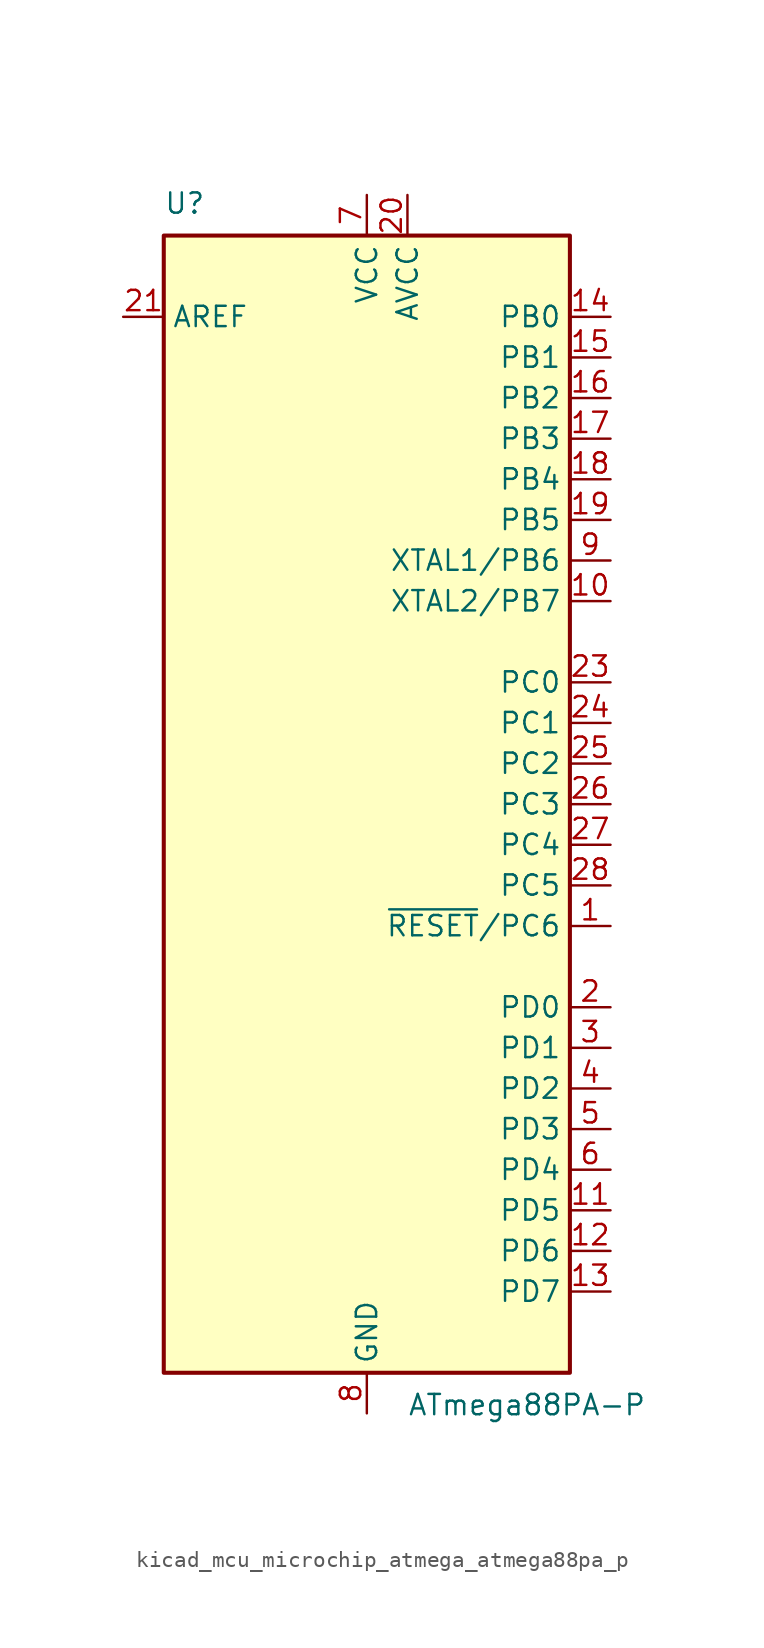
<source format=kicad_sym>
(kicad_symbol_lib
  (version 20220914)
  (generator kicad_symbol_editor)
  (symbol "kicad_mcu_microchip_atmega_atmega88pa_p"
    (property "Reference" "U"
      (at -12.7 36.83 0)
      (effects (font (size 1.27 1.27)) (justify left bottom)))
    (property "Value" "ATmega88PA-P"
      (at 2.54 -36.83 0)
      (effects (font (size 1.27 1.27)) (justify left top)))
    (symbol "kicad_mcu_microchip_atmega_atmega88pa_p_0_1"
      (rectangle (start -12.7 -35.56) (end 12.7 35.56) (stroke (width 0.254) (type default)) (fill (type background))))
    (symbol "kicad_mcu_microchip_atmega_atmega88pa_p_1_1"
      (pin bidirectional line (at 15.24 -7.62 180) (length 2.54) (name "~{RESET}/PC6" (effects (font (size 1.27 1.27)))) (number "1" (effects (font (size 1.27 1.27)))))
      (pin bidirectional line (at 15.24 12.7 180) (length 2.54) (name "XTAL2/PB7" (effects (font (size 1.27 1.27)))) (number "10" (effects (font (size 1.27 1.27)))))
      (pin bidirectional line (at 15.24 -25.4 180) (length 2.54) (name "PD5" (effects (font (size 1.27 1.27)))) (number "11" (effects (font (size 1.27 1.27)))))
      (pin bidirectional line (at 15.24 -27.94 180) (length 2.54) (name "PD6" (effects (font (size 1.27 1.27)))) (number "12" (effects (font (size 1.27 1.27)))))
      (pin bidirectional line (at 15.24 -30.48 180) (length 2.54) (name "PD7" (effects (font (size 1.27 1.27)))) (number "13" (effects (font (size 1.27 1.27)))))
      (pin bidirectional line (at 15.24 30.48 180) (length 2.54) (name "PB0" (effects (font (size 1.27 1.27)))) (number "14" (effects (font (size 1.27 1.27)))))
      (pin bidirectional line (at 15.24 27.94 180) (length 2.54) (name "PB1" (effects (font (size 1.27 1.27)))) (number "15" (effects (font (size 1.27 1.27)))))
      (pin bidirectional line (at 15.24 25.4 180) (length 2.54) (name "PB2" (effects (font (size 1.27 1.27)))) (number "16" (effects (font (size 1.27 1.27)))))
      (pin bidirectional line (at 15.24 22.86 180) (length 2.54) (name "PB3" (effects (font (size 1.27 1.27)))) (number "17" (effects (font (size 1.27 1.27)))))
      (pin bidirectional line (at 15.24 20.32 180) (length 2.54) (name "PB4" (effects (font (size 1.27 1.27)))) (number "18" (effects (font (size 1.27 1.27)))))
      (pin bidirectional line (at 15.24 17.78 180) (length 2.54) (name "PB5" (effects (font (size 1.27 1.27)))) (number "19" (effects (font (size 1.27 1.27)))))
      (pin bidirectional line (at 15.24 -12.7 180) (length 2.54) (name "PD0" (effects (font (size 1.27 1.27)))) (number "2" (effects (font (size 1.27 1.27)))))
      (pin power_in line (at 2.54 38.1 270) (length 2.54) (name "AVCC" (effects (font (size 1.27 1.27)))) (number "20" (effects (font (size 1.27 1.27)))))
      (pin passive line (at -15.24 30.48 0) (length 2.54) (name "AREF" (effects (font (size 1.27 1.27)))) (number "21" (effects (font (size 1.27 1.27)))))
      (pin passive line (at 0 -38.1 90) (length 2.54) hide (name "GND" (effects (font (size 1.27 1.27)))) (number "22" (effects (font (size 1.27 1.27)))))
      (pin bidirectional line (at 15.24 7.62 180) (length 2.54) (name "PC0" (effects (font (size 1.27 1.27)))) (number "23" (effects (font (size 1.27 1.27)))))
      (pin bidirectional line (at 15.24 5.08 180) (length 2.54) (name "PC1" (effects (font (size 1.27 1.27)))) (number "24" (effects (font (size 1.27 1.27)))))
      (pin bidirectional line (at 15.24 2.54 180) (length 2.54) (name "PC2" (effects (font (size 1.27 1.27)))) (number "25" (effects (font (size 1.27 1.27)))))
      (pin bidirectional line (at 15.24 0 180) (length 2.54) (name "PC3" (effects (font (size 1.27 1.27)))) (number "26" (effects (font (size 1.27 1.27)))))
      (pin bidirectional line (at 15.24 -2.54 180) (length 2.54) (name "PC4" (effects (font (size 1.27 1.27)))) (number "27" (effects (font (size 1.27 1.27)))))
      (pin bidirectional line (at 15.24 -5.08 180) (length 2.54) (name "PC5" (effects (font (size 1.27 1.27)))) (number "28" (effects (font (size 1.27 1.27)))))
      (pin bidirectional line (at 15.24 -15.24 180) (length 2.54) (name "PD1" (effects (font (size 1.27 1.27)))) (number "3" (effects (font (size 1.27 1.27)))))
      (pin bidirectional line (at 15.24 -17.78 180) (length 2.54) (name "PD2" (effects (font (size 1.27 1.27)))) (number "4" (effects (font (size 1.27 1.27)))))
      (pin bidirectional line (at 15.24 -20.32 180) (length 2.54) (name "PD3" (effects (font (size 1.27 1.27)))) (number "5" (effects (font (size 1.27 1.27)))))
      (pin bidirectional line (at 15.24 -22.86 180) (length 2.54) (name "PD4" (effects (font (size 1.27 1.27)))) (number "6" (effects (font (size 1.27 1.27)))))
      (pin power_in line (at 0 38.1 270) (length 2.54) (name "VCC" (effects (font (size 1.27 1.27)))) (number "7" (effects (font (size 1.27 1.27)))))
      (pin power_in line (at 0 -38.1 90) (length 2.54) (name "GND" (effects (font (size 1.27 1.27)))) (number "8" (effects (font (size 1.27 1.27)))))
      (pin bidirectional line (at 15.24 15.24 180) (length 2.54) (name "XTAL1/PB6" (effects (font (size 1.27 1.27)))) (number "9" (effects (font (size 1.27 1.27))))))))
</source>
